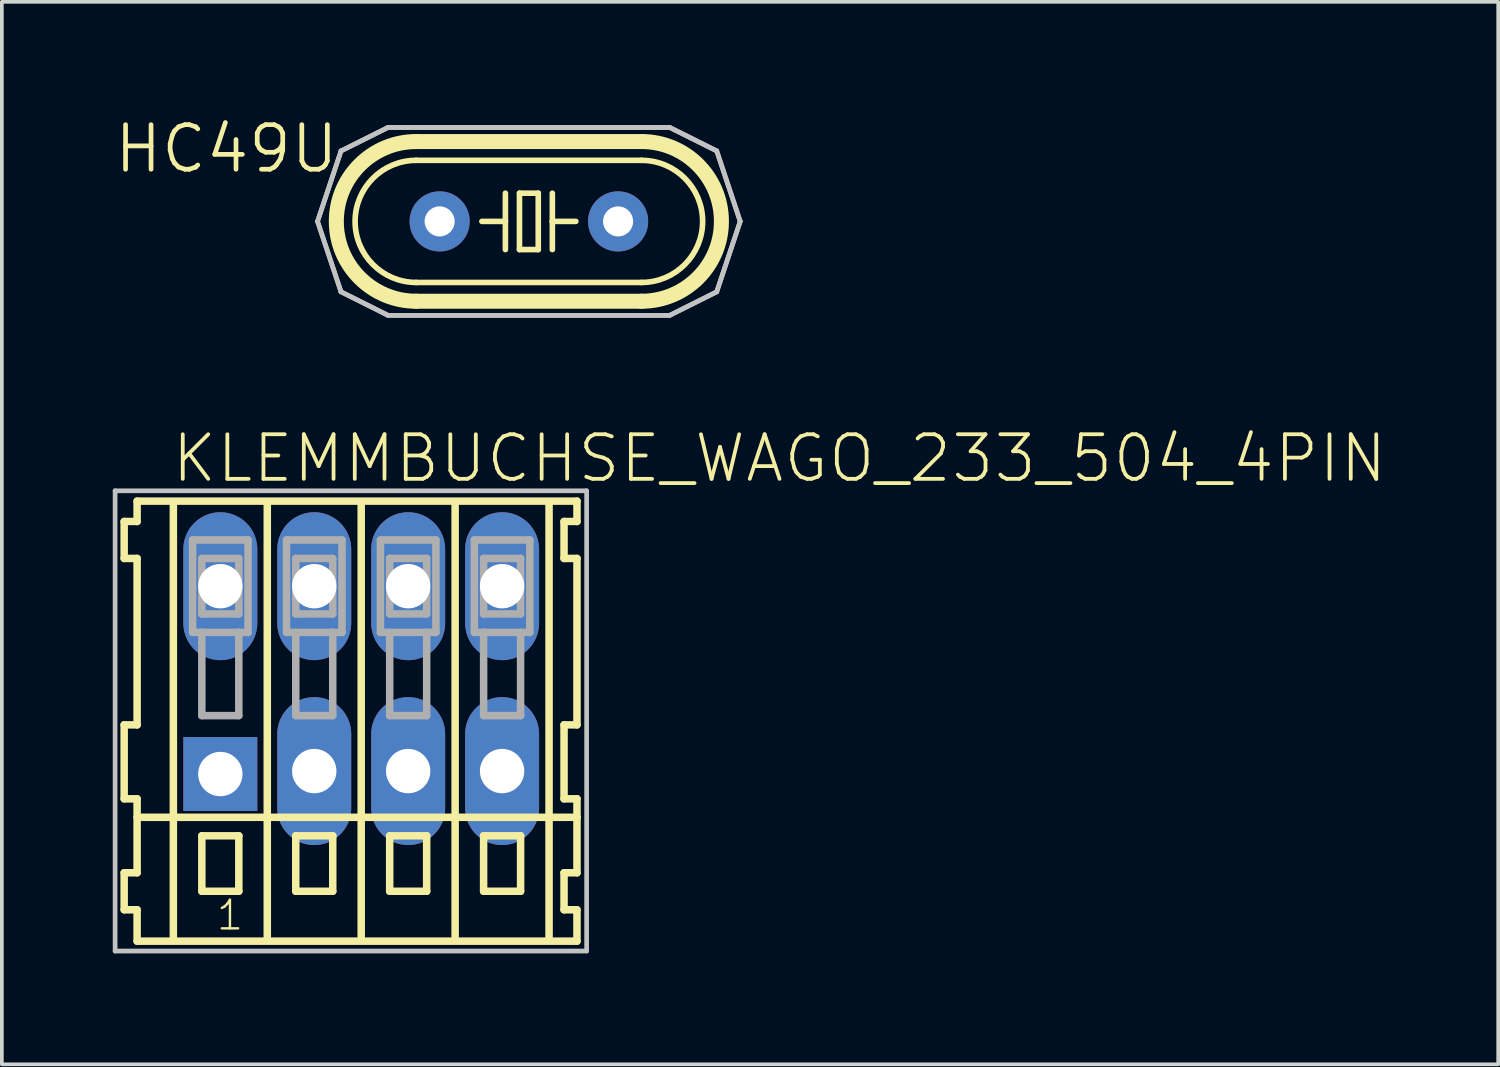
<source format=kicad_pcb>
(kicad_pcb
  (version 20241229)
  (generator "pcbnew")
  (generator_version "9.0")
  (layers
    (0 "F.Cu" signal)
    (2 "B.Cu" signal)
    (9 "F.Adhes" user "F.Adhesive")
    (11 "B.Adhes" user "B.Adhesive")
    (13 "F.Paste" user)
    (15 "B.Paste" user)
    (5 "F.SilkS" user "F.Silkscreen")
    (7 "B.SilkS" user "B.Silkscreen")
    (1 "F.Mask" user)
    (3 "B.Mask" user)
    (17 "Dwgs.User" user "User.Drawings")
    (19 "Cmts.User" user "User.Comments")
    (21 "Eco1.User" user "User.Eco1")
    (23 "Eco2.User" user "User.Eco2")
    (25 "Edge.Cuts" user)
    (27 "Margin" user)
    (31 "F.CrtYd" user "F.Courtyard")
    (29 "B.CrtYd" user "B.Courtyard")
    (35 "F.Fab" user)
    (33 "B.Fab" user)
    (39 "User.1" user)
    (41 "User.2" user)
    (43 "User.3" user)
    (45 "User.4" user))
  (footprint "KLEMMBUCHSE_WAGO_233_504_4PIN"
    (layer "F.Cu")
    (at 6.718 15.302)
    (property "Reference" "KLEMMBUCHSE_WAGO_233_504_4PIN" (at -5.18 -5.25 0) (layer "F.SilkS") (effects (font (size 1.206 1.206) (thickness 0.102)) (justify left bottom)))
    (attr through_hole)
    (fp_line (start -6.41 -4.25) (end -6.41 -3.25) (stroke (width 0.203) (type solid)) (layer "F.SilkS"))
    (fp_line (start -6.41 -3.25) (end -6.06 -3.25) (stroke (width 0.203) (type solid)) (layer "F.SilkS"))
    (fp_line (start -6.41 1.25) (end -6.41 3.25) (stroke (width 0.203) (type solid)) (layer "F.SilkS"))
    (fp_line (start -6.41 3.25) (end -6.06 3.25) (stroke (width 0.203) (type solid)) (layer "F.SilkS"))
    (fp_line (start -6.41 5.25) (end -6.41 6.25) (stroke (width 0.203) (type solid)) (layer "F.SilkS"))
    (fp_line (start -6.41 6.25) (end -6.06 6.25) (stroke (width 0.203) (type solid)) (layer "F.SilkS"))
    (fp_line (start -6.06 -4.8) (end -6.06 -4.25) (stroke (width 0.203) (type solid)) (layer "F.SilkS"))
    (fp_line (start -6.06 -4.25) (end -6.41 -4.25) (stroke (width 0.203) (type solid)) (layer "F.SilkS"))
    (fp_line (start -6.06 -3.25) (end -6.06 1.25) (stroke (width 0.203) (type solid)) (layer "F.SilkS"))
    (fp_line (start -6.06 1.25) (end -6.41 1.25) (stroke (width 0.203) (type solid)) (layer "F.SilkS"))
    (fp_line (start -6.06 3.25) (end -6.06 5.25) (stroke (width 0.203) (type solid)) (layer "F.SilkS"))
    (fp_line (start -6.06 3.75) (end 5.835 3.75) (stroke (width 0.203) (type solid)) (layer "F.SilkS"))
    (fp_line (start -6.06 5.25) (end -6.41 5.25) (stroke (width 0.203) (type solid)) (layer "F.SilkS"))
    (fp_line (start -6.06 6.25) (end -6.06 7.1) (stroke (width 0.203) (type solid)) (layer "F.SilkS"))
    (fp_line (start -6.06 7.1) (end 5.835 7.1) (stroke (width 0.203) (type solid)) (layer "F.SilkS"))
    (fp_line (start -5.08 6.985) (end -5.08 -4.699) (stroke (width 0.203) (type solid)) (layer "F.SilkS"))
    (fp_line (start -4.31 4.25) (end -4.31 5.75) (stroke (width 0.203) (type solid)) (layer "F.SilkS"))
    (fp_line (start -4.31 5.75) (end -3.31 5.75) (stroke (width 0.203) (type solid)) (layer "F.SilkS"))
    (fp_line (start -3.31 4.25) (end -4.31 4.25) (stroke (width 0.203) (type solid)) (layer "F.SilkS"))
    (fp_line (start -3.31 5.75) (end -3.31 4.25) (stroke (width 0.203) (type solid)) (layer "F.SilkS"))
    (fp_line (start -2.54 6.985) (end -2.54 -4.699) (stroke (width 0.203) (type solid)) (layer "F.SilkS"))
    (fp_line (start -1.77 4.25) (end -1.77 5.75) (stroke (width 0.203) (type solid)) (layer "F.SilkS"))
    (fp_line (start -1.77 5.75) (end -0.77 5.75) (stroke (width 0.203) (type solid)) (layer "F.SilkS"))
    (fp_line (start -0.77 4.25) (end -1.77 4.25) (stroke (width 0.203) (type solid)) (layer "F.SilkS"))
    (fp_line (start -0.77 5.75) (end -0.77 4.25) (stroke (width 0.203) (type solid)) (layer "F.SilkS"))
    (fp_line (start 0 6.985) (end 0 -4.699) (stroke (width 0.203) (type solid)) (layer "F.SilkS"))
    (fp_line (start 0.77 4.25) (end 0.77 5.75) (stroke (width 0.203) (type solid)) (layer "F.SilkS"))
    (fp_line (start 0.77 5.75) (end 1.77 5.75) (stroke (width 0.203) (type solid)) (layer "F.SilkS"))
    (fp_line (start 1.77 4.25) (end 0.77 4.25) (stroke (width 0.203) (type solid)) (layer "F.SilkS"))
    (fp_line (start 1.77 5.75) (end 1.77 4.25) (stroke (width 0.203) (type solid)) (layer "F.SilkS"))
    (fp_line (start 2.54 6.985) (end 2.54 -4.699) (stroke (width 0.203) (type solid)) (layer "F.SilkS"))
    (fp_line (start 3.31 4.25) (end 3.31 5.75) (stroke (width 0.203) (type solid)) (layer "F.SilkS"))
    (fp_line (start 3.31 5.75) (end 4.31 5.75) (stroke (width 0.203) (type solid)) (layer "F.SilkS"))
    (fp_line (start 4.31 4.25) (end 3.31 4.25) (stroke (width 0.203) (type solid)) (layer "F.SilkS"))
    (fp_line (start 4.31 5.75) (end 4.31 4.25) (stroke (width 0.203) (type solid)) (layer "F.SilkS"))
    (fp_line (start 5.08 6.985) (end 5.08 -4.699) (stroke (width 0.203) (type solid)) (layer "F.SilkS"))
    (fp_line (start 5.485 -4.25) (end 5.485 -3.25) (stroke (width 0.203) (type solid)) (layer "F.SilkS"))
    (fp_line (start 5.485 -3.25) (end 5.835 -3.25) (stroke (width 0.203) (type solid)) (layer "F.SilkS"))
    (fp_line (start 5.485 1.25) (end 5.485 3.25) (stroke (width 0.203) (type solid)) (layer "F.SilkS"))
    (fp_line (start 5.485 3.25) (end 5.835 3.25) (stroke (width 0.203) (type solid)) (layer "F.SilkS"))
    (fp_line (start 5.485 5.25) (end 5.485 6.25) (stroke (width 0.203) (type solid)) (layer "F.SilkS"))
    (fp_line (start 5.485 6.25) (end 5.835 6.25) (stroke (width 0.203) (type solid)) (layer "F.SilkS"))
    (fp_line (start 5.835 -4.8) (end -6.06 -4.8) (stroke (width 0.203) (type solid)) (layer "F.SilkS"))
    (fp_line (start 5.835 -4.25) (end 5.485 -4.25) (stroke (width 0.203) (type solid)) (layer "F.SilkS"))
    (fp_line (start 5.835 -4.25) (end 5.835 -4.8) (stroke (width 0.203) (type solid)) (layer "F.SilkS"))
    (fp_line (start 5.835 1.25) (end 5.485 1.25) (stroke (width 0.203) (type solid)) (layer "F.SilkS"))
    (fp_line (start 5.835 1.25) (end 5.835 -3.25) (stroke (width 0.203) (type solid)) (layer "F.SilkS"))
    (fp_line (start 5.835 3.75) (end 5.835 3.25) (stroke (width 0.203) (type solid)) (layer "F.SilkS"))
    (fp_line (start 5.835 5.25) (end 5.485 5.25) (stroke (width 0.203) (type solid)) (layer "F.SilkS"))
    (fp_line (start 5.835 5.25) (end 5.835 3.75) (stroke (width 0.203) (type solid)) (layer "F.SilkS"))
    (fp_line (start 5.835 7.1) (end 5.835 6.25) (stroke (width 0.203) (type solid)) (layer "F.SilkS"))
    (fp_line (start -6.655 -5.08) (end -6.655 7.366) (stroke (width 0.127) (type solid)) (layer "Dwgs.User"))
    (fp_line (start -6.655 7.366) (end 6.096 7.366) (stroke (width 0.127) (type solid)) (layer "Dwgs.User"))
    (fp_line (start 6.096 -5.08) (end -6.655 -5.08) (stroke (width 0.127) (type solid)) (layer "Dwgs.User"))
    (fp_line (start 6.096 7.366) (end 6.096 -5.08) (stroke (width 0.127) (type solid)) (layer "Dwgs.User"))
    (fp_line (start -4.56 -3.75) (end -4.56 -1.25) (stroke (width 0.203) (type solid)) (layer "F.Fab"))
    (fp_line (start -4.56 -1.25) (end -4.31 -1.25) (stroke (width 0.203) (type solid)) (layer "F.Fab"))
    (fp_line (start -4.31 -3.25) (end -4.31 -1.75) (stroke (width 0.203) (type solid)) (layer "F.Fab"))
    (fp_line (start -4.31 -1.75) (end -3.31 -1.75) (stroke (width 0.203) (type solid)) (layer "F.Fab"))
    (fp_line (start -4.31 -1.25) (end -4.31 1) (stroke (width 0.203) (type solid)) (layer "F.Fab"))
    (fp_line (start -4.31 -1.25) (end -3.31 -1.25) (stroke (width 0.203) (type solid)) (layer "F.Fab"))
    (fp_line (start -4.31 1) (end -3.31 1) (stroke (width 0.203) (type solid)) (layer "F.Fab"))
    (fp_line (start -3.31 -3.25) (end -4.31 -3.25) (stroke (width 0.203) (type solid)) (layer "F.Fab"))
    (fp_line (start -3.31 -1.75) (end -3.31 -3.25) (stroke (width 0.203) (type solid)) (layer "F.Fab"))
    (fp_line (start -3.31 -1.25) (end -3.06 -1.25) (stroke (width 0.203) (type solid)) (layer "F.Fab"))
    (fp_line (start -3.31 1) (end -3.31 -1.25) (stroke (width 0.203) (type solid)) (layer "F.Fab"))
    (fp_line (start -3.06 -3.75) (end -4.56 -3.75) (stroke (width 0.203) (type solid)) (layer "F.Fab"))
    (fp_line (start -3.06 -1.25) (end -3.06 -3.75) (stroke (width 0.203) (type solid)) (layer "F.Fab"))
    (fp_line (start -2.02 -3.75) (end -2.02 -1.25) (stroke (width 0.203) (type solid)) (layer "F.Fab"))
    (fp_line (start -2.02 -1.25) (end -1.77 -1.25) (stroke (width 0.203) (type solid)) (layer "F.Fab"))
    (fp_line (start -1.77 -3.25) (end -1.77 -1.75) (stroke (width 0.203) (type solid)) (layer "F.Fab"))
    (fp_line (start -1.77 -1.75) (end -0.77 -1.75) (stroke (width 0.203) (type solid)) (layer "F.Fab"))
    (fp_line (start -1.77 -1.25) (end -1.77 1) (stroke (width 0.203) (type solid)) (layer "F.Fab"))
    (fp_line (start -1.77 -1.25) (end -0.77 -1.25) (stroke (width 0.203) (type solid)) (layer "F.Fab"))
    (fp_line (start -1.77 1) (end -0.77 1) (stroke (width 0.203) (type solid)) (layer "F.Fab"))
    (fp_line (start -0.77 -3.25) (end -1.77 -3.25) (stroke (width 0.203) (type solid)) (layer "F.Fab"))
    (fp_line (start -0.77 -1.75) (end -0.77 -3.25) (stroke (width 0.203) (type solid)) (layer "F.Fab"))
    (fp_line (start -0.77 -1.25) (end -0.52 -1.25) (stroke (width 0.203) (type solid)) (layer "F.Fab"))
    (fp_line (start -0.77 1) (end -0.77 -1.25) (stroke (width 0.203) (type solid)) (layer "F.Fab"))
    (fp_line (start -0.52 -3.75) (end -2.02 -3.75) (stroke (width 0.203) (type solid)) (layer "F.Fab"))
    (fp_line (start -0.52 -1.25) (end -0.52 -3.75) (stroke (width 0.203) (type solid)) (layer "F.Fab"))
    (fp_line (start 0.52 -3.75) (end 0.52 -1.25) (stroke (width 0.203) (type solid)) (layer "F.Fab"))
    (fp_line (start 0.52 -1.25) (end 0.77 -1.25) (stroke (width 0.203) (type solid)) (layer "F.Fab"))
    (fp_line (start 0.77 -3.25) (end 0.77 -1.75) (stroke (width 0.203) (type solid)) (layer "F.Fab"))
    (fp_line (start 0.77 -1.75) (end 1.77 -1.75) (stroke (width 0.203) (type solid)) (layer "F.Fab"))
    (fp_line (start 0.77 -1.25) (end 0.77 1) (stroke (width 0.203) (type solid)) (layer "F.Fab"))
    (fp_line (start 0.77 -1.25) (end 1.77 -1.25) (stroke (width 0.203) (type solid)) (layer "F.Fab"))
    (fp_line (start 0.77 1) (end 1.77 1) (stroke (width 0.203) (type solid)) (layer "F.Fab"))
    (fp_line (start 1.77 -3.25) (end 0.77 -3.25) (stroke (width 0.203) (type solid)) (layer "F.Fab"))
    (fp_line (start 1.77 -1.75) (end 1.77 -3.25) (stroke (width 0.203) (type solid)) (layer "F.Fab"))
    (fp_line (start 1.77 -1.25) (end 2.02 -1.25) (stroke (width 0.203) (type solid)) (layer "F.Fab"))
    (fp_line (start 1.77 1) (end 1.77 -1.25) (stroke (width 0.203) (type solid)) (layer "F.Fab"))
    (fp_line (start 2.02 -3.75) (end 0.52 -3.75) (stroke (width 0.203) (type solid)) (layer "F.Fab"))
    (fp_line (start 2.02 -1.25) (end 2.02 -3.75) (stroke (width 0.203) (type solid)) (layer "F.Fab"))
    (fp_line (start 3.06 -3.75) (end 3.06 -1.25) (stroke (width 0.203) (type solid)) (layer "F.Fab"))
    (fp_line (start 3.06 -1.25) (end 3.31 -1.25) (stroke (width 0.203) (type solid)) (layer "F.Fab"))
    (fp_line (start 3.31 -3.25) (end 3.31 -1.75) (stroke (width 0.203) (type solid)) (layer "F.Fab"))
    (fp_line (start 3.31 -1.75) (end 4.31 -1.75) (stroke (width 0.203) (type solid)) (layer "F.Fab"))
    (fp_line (start 3.31 -1.25) (end 3.31 1) (stroke (width 0.203) (type solid)) (layer "F.Fab"))
    (fp_line (start 3.31 -1.25) (end 4.31 -1.25) (stroke (width 0.203) (type solid)) (layer "F.Fab"))
    (fp_line (start 3.31 1) (end 4.31 1) (stroke (width 0.203) (type solid)) (layer "F.Fab"))
    (fp_line (start 4.31 -3.25) (end 3.31 -3.25) (stroke (width 0.203) (type solid)) (layer "F.Fab"))
    (fp_line (start 4.31 -1.75) (end 4.31 -3.25) (stroke (width 0.203) (type solid)) (layer "F.Fab"))
    (fp_line (start 4.31 -1.25) (end 4.56 -1.25) (stroke (width 0.203) (type solid)) (layer "F.Fab"))
    (fp_line (start 4.31 1) (end 4.31 -1.25) (stroke (width 0.203) (type solid)) (layer "F.Fab"))
    (fp_line (start 4.56 -3.75) (end 3.06 -3.75) (stroke (width 0.203) (type solid)) (layer "F.Fab"))
    (fp_line (start 4.56 -1.25) (end 4.56 -3.75) (stroke (width 0.203) (type solid)) (layer "F.Fab"))
    (fp_text user "1" (at -3.96 6.85 0) (layer "F.SilkS") (effects (font (size 0.772 0.772) (thickness 0.065)) (justify left bottom)))
    (pad "A1" thru_hole oval (at -3.81 -2.5 90) (size 4 2) (drill 1.2) (layers "*.Cu" "*.Mask"))
    (pad "A2" thru_hole oval (at -1.27 -2.5 90) (size 4 2) (drill 1.2) (layers "*.Cu" "*.Mask"))
    (pad "A3" thru_hole oval (at 1.27 -2.5 90) (size 4 2) (drill 1.2) (layers "*.Cu" "*.Mask"))
    (pad "A4" thru_hole oval (at 3.81 -2.5 90) (size 4 2) (drill 1.2) (layers "*.Cu" "*.Mask"))
    (pad "B1" thru_hole rect (at -3.81 2.58 270) (size 2 2) (drill 1.2) (layers "*.Cu" "*.Mask"))
    (pad "B2" thru_hole oval (at -1.27 2.5 90) (size 4 2) (drill 1.2) (layers "*.Cu" "*.Mask"))
    (pad "B3" thru_hole oval (at 1.27 2.5 90) (size 4 2) (drill 1.2) (layers "*.Cu" "*.Mask"))
    (pad "B4" thru_hole oval (at 3.81 2.5 90) (size 4 2) (drill 1.2) (layers "*.Cu" "*.Mask")))
  (footprint "HC49U"
    (layer "F.Cu")
    (at 11.252 2.937)
    (property "Reference" "HC49U" (at -5.08 -2.667 0) (layer "F.SilkS") (effects (font (size 1.206 1.206) (thickness 0.127)) (justify right top)))
    (attr through_hole)
    (fp_line (start -3.048 -2.159) (end 3.048 -2.159) (stroke (width 0.406) (type solid)) (layer "F.SilkS"))
    (fp_line (start -3.048 1.651) (end 3.048 1.651) (stroke (width 0.152) (type solid)) (layer "F.SilkS"))
    (fp_line (start -3.048 2.159) (end 3.048 2.159) (stroke (width 0.406) (type solid)) (layer "F.SilkS"))
    (fp_line (start -0.635 -0.762) (end -0.635 0) (stroke (width 0.152) (type solid)) (layer "F.SilkS"))
    (fp_line (start -0.635 0) (end -1.27 0) (stroke (width 0.152) (type solid)) (layer "F.SilkS"))
    (fp_line (start -0.635 0) (end -0.635 0.762) (stroke (width 0.152) (type solid)) (layer "F.SilkS"))
    (fp_line (start -0.254 -0.762) (end 0.254 -0.762) (stroke (width 0.152) (type solid)) (layer "F.SilkS"))
    (fp_line (start -0.254 0.762) (end -0.254 -0.762) (stroke (width 0.152) (type solid)) (layer "F.SilkS"))
    (fp_line (start 0.254 -0.762) (end 0.254 0.762) (stroke (width 0.152) (type solid)) (layer "F.SilkS"))
    (fp_line (start 0.254 0.762) (end -0.254 0.762) (stroke (width 0.152) (type solid)) (layer "F.SilkS"))
    (fp_line (start 0.635 -0.762) (end 0.635 0) (stroke (width 0.152) (type solid)) (layer "F.SilkS"))
    (fp_line (start 0.635 0) (end 0.635 0.762) (stroke (width 0.152) (type solid)) (layer "F.SilkS"))
    (fp_line (start 0.635 0) (end 1.27 0) (stroke (width 0.152) (type solid)) (layer "F.SilkS"))
    (fp_line (start 3.048 -1.651) (end -3.048 -1.651) (stroke (width 0.152) (type solid)) (layer "F.SilkS"))
    (fp_arc (start -3.048 1.651) (mid -4.699 0) (end -3.048 -1.651) (stroke (width 0.1524) (type solid)) (layer "F.SilkS"))
    (fp_arc (start -3.048 2.159) (mid -5.207 0) (end -3.048 -2.159) (stroke (width 0.4064) (type solid)) (layer "F.SilkS"))
    (fp_arc (start 3.048 -2.159) (mid 5.207 0) (end 3.048 2.159) (stroke (width 0.4064) (type solid)) (layer "F.SilkS"))
    (fp_arc (start 3.048 -1.651) (mid 4.699 0) (end 3.048 1.651) (stroke (width 0.1524) (type solid)) (layer "F.SilkS"))
    (fp_line (start -5.715 0) (end -5.08 -1.905) (stroke (width 0.127) (type solid)) (layer "Dwgs.User"))
    (fp_line (start -5.715 0) (end -5.08 -1.905) (stroke (width 0.127) (type solid)) (layer "Dwgs.User"))
    (fp_line (start -5.08 -1.905) (end -3.81 -2.54) (stroke (width 0.127) (type solid)) (layer "Dwgs.User"))
    (fp_line (start -5.08 -1.905) (end -3.81 -2.54) (stroke (width 0.127) (type solid)) (layer "Dwgs.User"))
    (fp_line (start -5.08 1.905) (end -5.715 0) (stroke (width 0.127) (type solid)) (layer "Dwgs.User"))
    (fp_line (start -5.08 1.905) (end -5.715 0) (stroke (width 0.127) (type solid)) (layer "Dwgs.User"))
    (fp_line (start -3.81 -2.54) (end 3.81 -2.54) (stroke (width 0.127) (type solid)) (layer "Dwgs.User"))
    (fp_line (start -3.81 -2.54) (end 3.81 -2.54) (stroke (width 0.127) (type solid)) (layer "Dwgs.User"))
    (fp_line (start -3.81 2.54) (end -5.08 1.905) (stroke (width 0.127) (type solid)) (layer "Dwgs.User"))
    (fp_line (start -3.81 2.54) (end -5.08 1.905) (stroke (width 0.127) (type solid)) (layer "Dwgs.User"))
    (fp_line (start 3.81 -2.54) (end 5.08 -1.905) (stroke (width 0.127) (type solid)) (layer "Dwgs.User"))
    (fp_line (start 3.81 -2.54) (end 5.08 -1.905) (stroke (width 0.127) (type solid)) (layer "Dwgs.User"))
    (fp_line (start 3.81 2.54) (end -3.81 2.54) (stroke (width 0.127) (type solid)) (layer "Dwgs.User"))
    (fp_line (start 3.81 2.54) (end -3.81 2.54) (stroke (width 0.127) (type solid)) (layer "Dwgs.User"))
    (fp_line (start 5.08 -1.905) (end 5.715 0) (stroke (width 0.127) (type solid)) (layer "Dwgs.User"))
    (fp_line (start 5.08 -1.905) (end 5.715 0) (stroke (width 0.127) (type solid)) (layer "Dwgs.User"))
    (fp_line (start 5.08 1.905) (end 3.81 2.54) (stroke (width 0.127) (type solid)) (layer "Dwgs.User"))
    (fp_line (start 5.08 1.905) (end 3.81 2.54) (stroke (width 0.127) (type solid)) (layer "Dwgs.User"))
    (fp_line (start 5.715 0) (end 5.08 1.905) (stroke (width 0.127) (type solid)) (layer "Dwgs.User"))
    (fp_line (start 5.715 0) (end 5.08 1.905) (stroke (width 0.127) (type solid)) (layer "Dwgs.User"))
    (fp_poly (pts (xy -3.81 -2.54) (xy 3.81 -2.54) (xy 5.08 -1.905) (xy 5.715 0) (xy 5.08 1.905) (xy 3.81 2.54) (xy -3.81 2.54) (xy -5.08 1.905) (xy -5.715 0) (xy -5.08 -1.905)) (stroke (width 0.1) (type solid)) (fill no) (layer "Dwgs.User"))
    (pad "1" thru_hole circle (at -2.413 0) (size 1.626 1.626) (drill 0.813) (layers "*.Cu" "*.Mask"))
    (pad "2" thru_hole circle (at 2.413 0) (size 1.626 1.626) (drill 0.813) (layers "*.Cu" "*.Mask")))
  (gr_rect
    (start -3 -3)
    (end 37.465 25.731)
    (stroke (width 0.1) (type default))
    (fill no)
    (layer "Edge.Cuts")))
</source>
